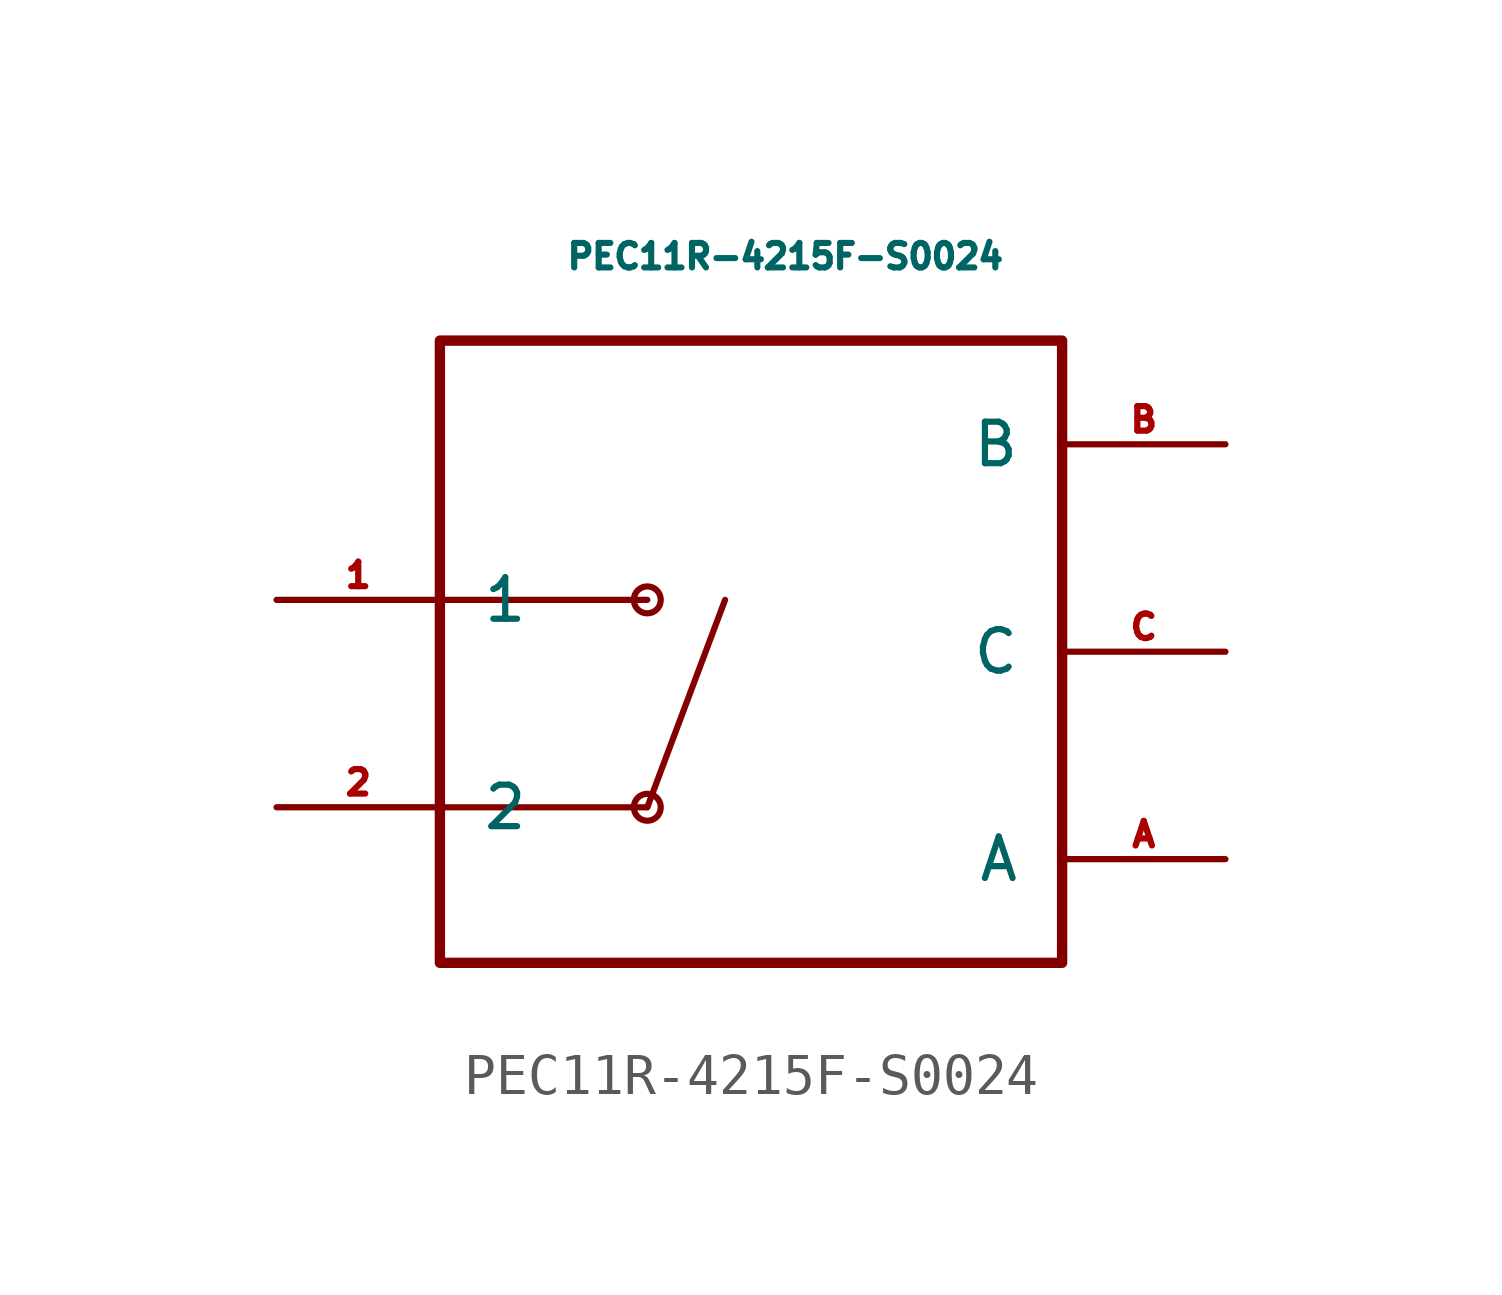
<source format=kicad_sym>
(kicad_symbol_lib
  (version 20220914)
  (generator kicad_symbol_editor)
  (symbol "PEC11R-4215F-S0024"
    (pin_names
      (offset 1.016))
    (property "Reference" "MT"
      (at -7.62 8.89 0)
      (effects (font (size 1.27 1.27)) (justify left bottom) hide))
    (property "Value" "PEC11R-4215F-S0024"
      (at -4.572 10.033 0)
      (effects (font (size 0.6 0.6)) (justify left top)))
    (symbol "PEC11R-4215F-S0024_0_0"
      (circle (center -2.54 -3.81) (radius 0.33) (stroke (width 0.152) (type default)) (fill (type none)))
      (circle (center -2.54 1.27) (radius 0.33) (stroke (width 0.152) (type default)) (fill (type none)))
      (polyline (pts (xy -2.54 -3.81) (xy -7.62 -3.81)) (stroke (width 0.152) (type default)) (fill (type none)))
      (polyline (pts (xy -2.54 -3.81) (xy -0.635 1.27)) (stroke (width 0.152) (type default)) (fill (type none)))
      (polyline (pts (xy -2.54 1.27) (xy -7.62 1.27)) (stroke (width 0.152) (type default)) (fill (type none))))
    (symbol "PEC11R-4215F-S0024_1_0"
      (rectangle (start -7.62 7.62) (end 7.62 -7.62) (stroke (width 0.254) (type default)) (fill (type none)))
      (pin passive line (at -11.62 1.27 0) (length 4) (name "1" (effects (font (size 1.016 1.016)))) (number "1" (effects (font (size 0.6 0.6)))))
      (pin passive line (at -11.62 -3.81 0) (length 4) (name "2" (effects (font (size 1.016 1.016)))) (number "2" (effects (font (size 0.6 0.6)))))
      (pin passive line (at 11.62 -5.08 180) (length 4) (name "A" (effects (font (size 1.016 1.016)))) (number "A" (effects (font (size 0.6 0.6)))))
      (pin passive line (at 11.62 5.08 180) (length 4) (name "B" (effects (font (size 1.016 1.016)))) (number "B" (effects (font (size 0.6 0.6)))))
      (pin passive line (at 11.62 0 180) (length 4) (name "C" (effects (font (size 1.016 1.016)))) (number "C" (effects (font (size 0.6 0.6))))))))
</source>
